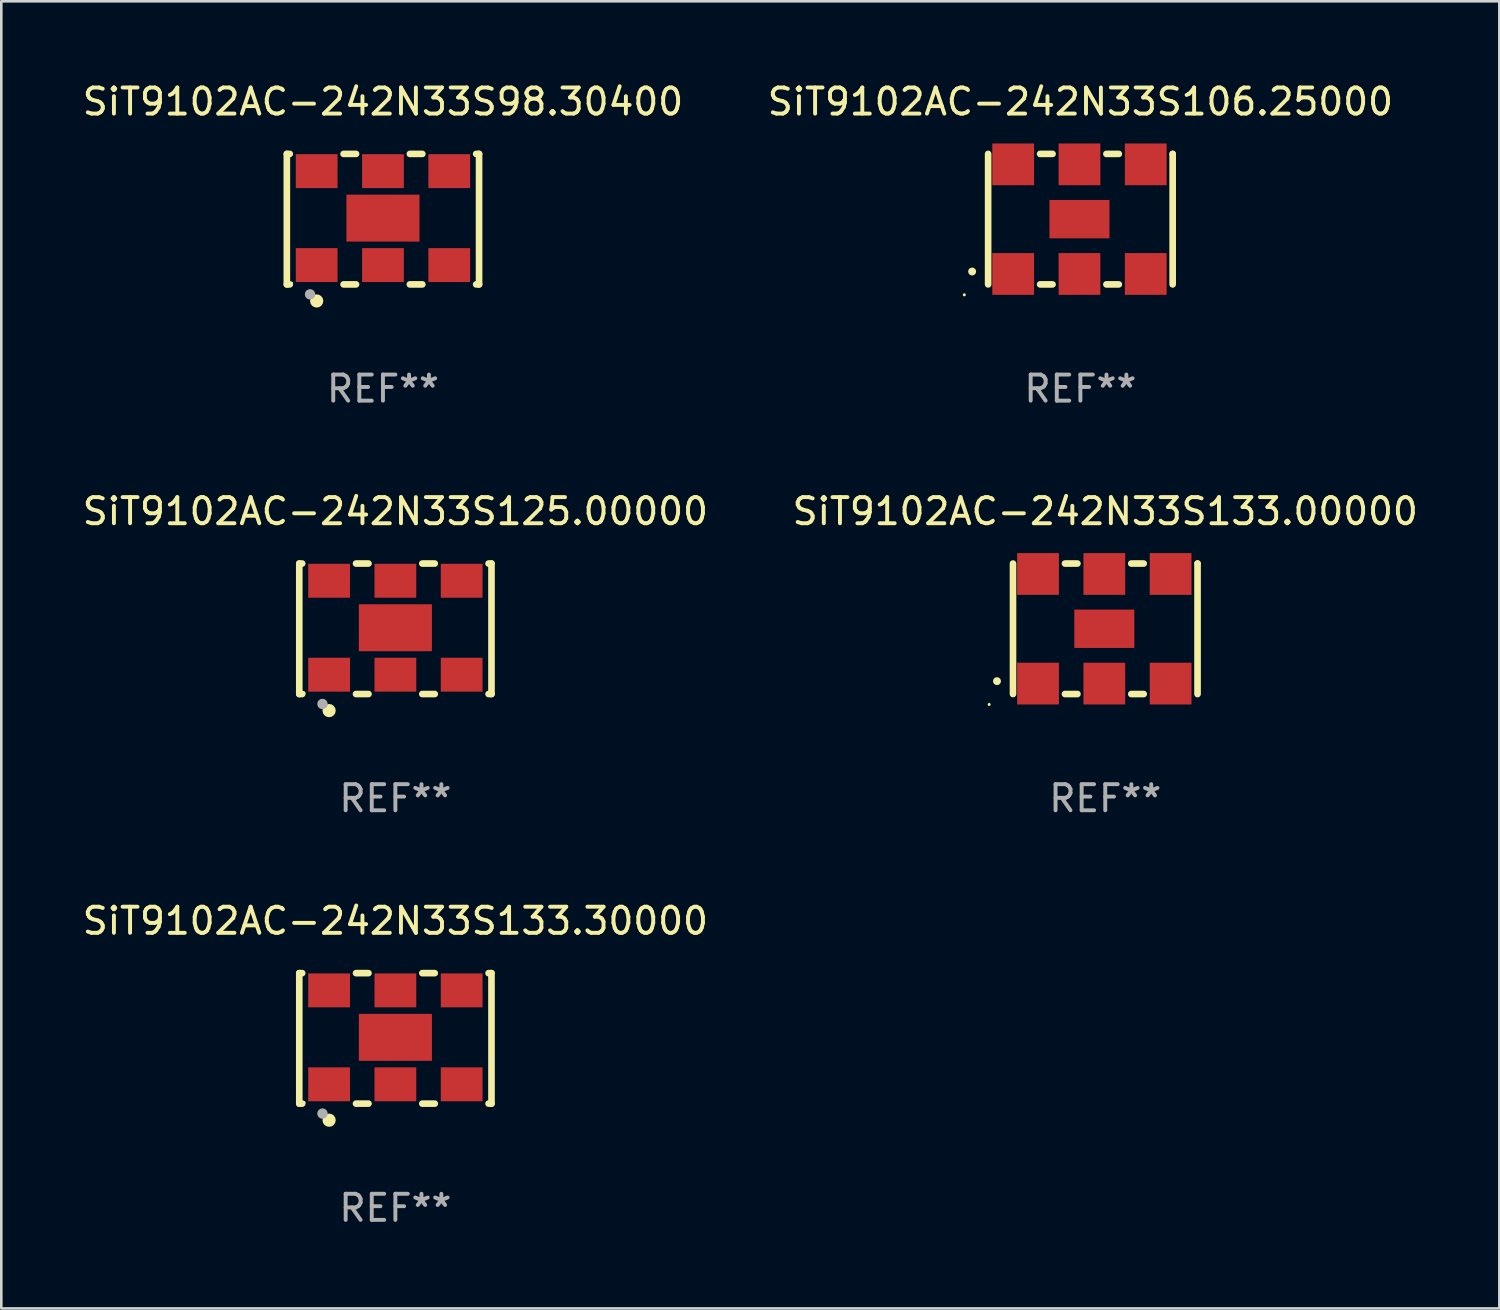
<source format=kicad_pcb>
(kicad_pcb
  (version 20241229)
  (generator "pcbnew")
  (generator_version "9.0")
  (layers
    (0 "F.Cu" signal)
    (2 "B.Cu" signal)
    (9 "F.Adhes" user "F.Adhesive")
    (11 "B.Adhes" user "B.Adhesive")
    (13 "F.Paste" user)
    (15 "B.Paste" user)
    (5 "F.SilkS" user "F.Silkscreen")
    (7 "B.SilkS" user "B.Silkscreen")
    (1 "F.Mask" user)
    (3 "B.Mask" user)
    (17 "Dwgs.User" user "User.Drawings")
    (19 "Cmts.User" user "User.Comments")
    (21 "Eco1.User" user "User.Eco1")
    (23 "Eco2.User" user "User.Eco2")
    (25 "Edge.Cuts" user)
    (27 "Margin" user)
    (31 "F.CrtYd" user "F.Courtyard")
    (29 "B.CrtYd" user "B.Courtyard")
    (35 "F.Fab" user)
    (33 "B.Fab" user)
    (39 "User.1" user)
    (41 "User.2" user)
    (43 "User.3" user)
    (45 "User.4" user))
  (footprint "SiT9102AC-242N33S133.30000"
    (layer "F.Cu")
    (at 12.101 36.741)
    (property "Reference" "SiT9102AC-242N33S133.30000" (at 0 -4.5 0) (layer "F.SilkS") (effects (font (size 1 1) (thickness 0.15))))
    (attr through_hole)
    (fp_line (start -3.683 -2.5) (end -3.571 -2.5) (stroke (width 0.254) (type solid)) (layer "F.SilkS"))
    (fp_line (start -3.683 2.5) (end -3.683 -2.5) (stroke (width 0.254) (type solid)) (layer "F.SilkS"))
    (fp_line (start -3.683 2.5) (end -3.571 2.5) (stroke (width 0.254) (type solid)) (layer "F.SilkS"))
    (fp_line (start -1.509 -2.5) (end -1.031 -2.5) (stroke (width 0.254) (type solid)) (layer "F.SilkS"))
    (fp_line (start -1.509 2.5) (end -1.031 2.5) (stroke (width 0.254) (type solid)) (layer "F.SilkS"))
    (fp_line (start 1.031 -2.5) (end 1.509 -2.5) (stroke (width 0.254) (type solid)) (layer "F.SilkS"))
    (fp_line (start 1.031 2.5) (end 1.509 2.5) (stroke (width 0.254) (type solid)) (layer "F.SilkS"))
    (fp_line (start 3.571 -2.5) (end 3.683 -2.5) (stroke (width 0.254) (type solid)) (layer "F.SilkS"))
    (fp_line (start 3.571 2.5) (end 3.683 2.5) (stroke (width 0.254) (type solid)) (layer "F.SilkS"))
    (fp_line (start 3.683 2.5) (end 3.683 -2.5) (stroke (width 0.254) (type solid)) (layer "F.SilkS"))
    (fp_circle (center -3.5 2.46) (end -3.47 2.46) (stroke (width 0.06) (type solid)) (fill no) (layer "F.SilkS"))
    (fp_circle (center -2.54 3.135) (end -2.413 3.135) (stroke (width 0.254) (type solid)) (fill no) (layer "F.SilkS"))
    (fp_circle (center -2.794 2.881) (end -2.694 2.881) (stroke (width 0.2) (type solid)) (fill no) (layer "F.Fab"))
    (fp_text user "REF**" (at 0 6.5 0) (layer "F.Fab") (effects (font (size 1 1) (thickness 0.15))))
    (pad "1" smd rect (at -2.54 1.76) (size 1.6 1.3) (layers "F.Cu" "F.Mask" "F.Paste"))
    (pad "2" smd rect (at 0 1.76) (size 1.6 1.3) (layers "F.Cu" "F.Mask" "F.Paste"))
    (pad "3" smd rect (at 2.54 1.76) (size 1.6 1.3) (layers "F.Cu" "F.Mask" "F.Paste"))
    (pad "4" smd rect (at 2.54 -1.84) (size 1.6 1.3) (layers "F.Cu" "F.Mask" "F.Paste"))
    (pad "5" smd rect (at 0 -1.84) (size 1.6 1.3) (layers "F.Cu" "F.Mask" "F.Paste"))
    (pad "6" smd rect (at -2.54 -1.84) (size 1.6 1.3) (layers "F.Cu" "F.Mask" "F.Paste"))
    (pad "7" smd rect (at 0 -0.04) (size 2.8 1.8) (layers "F.Cu" "F.Mask" "F.Paste")))
  (footprint "SiT9102AC-242N33S133.00000"
    (layer "F.Cu")
    (at 39.304 21.045)
    (property "Reference" "SiT9102AC-242N33S133.00000" (at 0 -4.5 0) (layer "F.SilkS") (effects (font (size 1 1) (thickness 0.15))))
    (attr through_hole)
    (fp_line (start -3.536 -2.5) (end -3.536 2.5) (stroke (width 0.254) (type solid)) (layer "F.SilkS"))
    (fp_line (start -1.544 2.5) (end -1.067 2.5) (stroke (width 0.254) (type solid)) (layer "F.SilkS"))
    (fp_line (start -1.067 -2.5) (end -1.544 -2.5) (stroke (width 0.254) (type solid)) (layer "F.SilkS"))
    (fp_line (start 0.996 2.5) (end 1.473 2.5) (stroke (width 0.254) (type solid)) (layer "F.SilkS"))
    (fp_line (start 1.473 -2.5) (end 0.996 -2.5) (stroke (width 0.254) (type solid)) (layer "F.SilkS"))
    (fp_line (start 3.536 -2.5) (end 3.536 -2.5) (stroke (width 0.254) (type solid)) (layer "F.SilkS"))
    (fp_line (start 3.536 2.5) (end 3.536 -2.5) (stroke (width 0.254) (type solid)) (layer "F.SilkS"))
    (fp_arc (start -4.150432 2.006604) (mid -4.149162 2.006599) (end -4.147892 2.006604) (stroke (width 0.3) (type solid)) (layer "F.SilkS"))
    (fp_circle (center -4.449 2.9) (end -4.419 2.9) (stroke (width 0.06) (type solid)) (fill no) (layer "F.SilkS"))
    (fp_text user "REF**" (at 0 6.5 0) (layer "F.Fab") (effects (font (size 1 1) (thickness 0.15))))
    (pad "1" smd rect (at -2.576 2.1) (size 1.6 1.6) (layers "F.Cu" "F.Mask" "F.Paste"))
    (pad "2" smd rect (at -0.036 2.1) (size 1.6 1.6) (layers "F.Cu" "F.Mask" "F.Paste"))
    (pad "3" smd rect (at 2.504 2.1) (size 1.6 1.6) (layers "F.Cu" "F.Mask" "F.Paste"))
    (pad "4" smd rect (at 2.504 -2.1) (size 1.6 1.6) (layers "F.Cu" "F.Mask" "F.Paste"))
    (pad "5" smd rect (at -0.036 -2.1) (size 1.6 1.6) (layers "F.Cu" "F.Mask" "F.Paste"))
    (pad "6" smd rect (at -2.576 -2.1) (size 1.6 1.6) (layers "F.Cu" "F.Mask" "F.Paste"))
    (pad "7" smd rect (at -0.036 0) (size 2.3 1.47) (layers "F.Cu" "F.Mask" "F.Paste")))
  (footprint "SiT9102AC-242N33S98.30400"
    (layer "F.Cu")
    (at 11.625 5.348)
    (property "Reference" "SiT9102AC-242N33S98.30400" (at 0 -4.5 0) (layer "F.SilkS") (effects (font (size 1 1) (thickness 0.15))))
    (attr through_hole)
    (fp_line (start -3.683 -2.5) (end -3.571 -2.5) (stroke (width 0.254) (type solid)) (layer "F.SilkS"))
    (fp_line (start -3.683 2.5) (end -3.683 -2.5) (stroke (width 0.254) (type solid)) (layer "F.SilkS"))
    (fp_line (start -3.683 2.5) (end -3.571 2.5) (stroke (width 0.254) (type solid)) (layer "F.SilkS"))
    (fp_line (start -1.509 -2.5) (end -1.031 -2.5) (stroke (width 0.254) (type solid)) (layer "F.SilkS"))
    (fp_line (start -1.509 2.5) (end -1.031 2.5) (stroke (width 0.254) (type solid)) (layer "F.SilkS"))
    (fp_line (start 1.031 -2.5) (end 1.509 -2.5) (stroke (width 0.254) (type solid)) (layer "F.SilkS"))
    (fp_line (start 1.031 2.5) (end 1.509 2.5) (stroke (width 0.254) (type solid)) (layer "F.SilkS"))
    (fp_line (start 3.571 -2.5) (end 3.683 -2.5) (stroke (width 0.254) (type solid)) (layer "F.SilkS"))
    (fp_line (start 3.571 2.5) (end 3.683 2.5) (stroke (width 0.254) (type solid)) (layer "F.SilkS"))
    (fp_line (start 3.683 2.5) (end 3.683 -2.5) (stroke (width 0.254) (type solid)) (layer "F.SilkS"))
    (fp_circle (center -3.5 2.46) (end -3.47 2.46) (stroke (width 0.06) (type solid)) (fill no) (layer "F.SilkS"))
    (fp_circle (center -2.54 3.135) (end -2.413 3.135) (stroke (width 0.254) (type solid)) (fill no) (layer "F.SilkS"))
    (fp_circle (center -2.794 2.881) (end -2.694 2.881) (stroke (width 0.2) (type solid)) (fill no) (layer "F.Fab"))
    (fp_text user "REF**" (at 0 6.5 0) (layer "F.Fab") (effects (font (size 1 1) (thickness 0.15))))
    (pad "1" smd rect (at -2.54 1.76) (size 1.6 1.3) (layers "F.Cu" "F.Mask" "F.Paste"))
    (pad "2" smd rect (at 0 1.76) (size 1.6 1.3) (layers "F.Cu" "F.Mask" "F.Paste"))
    (pad "3" smd rect (at 2.54 1.76) (size 1.6 1.3) (layers "F.Cu" "F.Mask" "F.Paste"))
    (pad "4" smd rect (at 2.54 -1.84) (size 1.6 1.3) (layers "F.Cu" "F.Mask" "F.Paste"))
    (pad "5" smd rect (at 0 -1.84) (size 1.6 1.3) (layers "F.Cu" "F.Mask" "F.Paste"))
    (pad "6" smd rect (at -2.54 -1.84) (size 1.6 1.3) (layers "F.Cu" "F.Mask" "F.Paste"))
    (pad "7" smd rect (at 0 -0.04) (size 2.8 1.8) (layers "F.Cu" "F.Mask" "F.Paste")))
  (footprint "SiT9102AC-242N33S125.00000"
    (layer "F.Cu")
    (at 12.101 21.045)
    (property "Reference" "SiT9102AC-242N33S125.00000" (at 0 -4.5 0) (layer "F.SilkS") (effects (font (size 1 1) (thickness 0.15))))
    (attr through_hole)
    (fp_line (start -3.683 -2.5) (end -3.571 -2.5) (stroke (width 0.254) (type solid)) (layer "F.SilkS"))
    (fp_line (start -3.683 2.5) (end -3.683 -2.5) (stroke (width 0.254) (type solid)) (layer "F.SilkS"))
    (fp_line (start -3.683 2.5) (end -3.571 2.5) (stroke (width 0.254) (type solid)) (layer "F.SilkS"))
    (fp_line (start -1.509 -2.5) (end -1.031 -2.5) (stroke (width 0.254) (type solid)) (layer "F.SilkS"))
    (fp_line (start -1.509 2.5) (end -1.031 2.5) (stroke (width 0.254) (type solid)) (layer "F.SilkS"))
    (fp_line (start 1.031 -2.5) (end 1.509 -2.5) (stroke (width 0.254) (type solid)) (layer "F.SilkS"))
    (fp_line (start 1.031 2.5) (end 1.509 2.5) (stroke (width 0.254) (type solid)) (layer "F.SilkS"))
    (fp_line (start 3.571 -2.5) (end 3.683 -2.5) (stroke (width 0.254) (type solid)) (layer "F.SilkS"))
    (fp_line (start 3.571 2.5) (end 3.683 2.5) (stroke (width 0.254) (type solid)) (layer "F.SilkS"))
    (fp_line (start 3.683 2.5) (end 3.683 -2.5) (stroke (width 0.254) (type solid)) (layer "F.SilkS"))
    (fp_circle (center -3.5 2.46) (end -3.47 2.46) (stroke (width 0.06) (type solid)) (fill no) (layer "F.SilkS"))
    (fp_circle (center -2.54 3.135) (end -2.413 3.135) (stroke (width 0.254) (type solid)) (fill no) (layer "F.SilkS"))
    (fp_circle (center -2.794 2.881) (end -2.694 2.881) (stroke (width 0.2) (type solid)) (fill no) (layer "F.Fab"))
    (fp_text user "REF**" (at 0 6.5 0) (layer "F.Fab") (effects (font (size 1 1) (thickness 0.15))))
    (pad "1" smd rect (at -2.54 1.76) (size 1.6 1.3) (layers "F.Cu" "F.Mask" "F.Paste"))
    (pad "2" smd rect (at 0 1.76) (size 1.6 1.3) (layers "F.Cu" "F.Mask" "F.Paste"))
    (pad "3" smd rect (at 2.54 1.76) (size 1.6 1.3) (layers "F.Cu" "F.Mask" "F.Paste"))
    (pad "4" smd rect (at 2.54 -1.84) (size 1.6 1.3) (layers "F.Cu" "F.Mask" "F.Paste"))
    (pad "5" smd rect (at 0 -1.84) (size 1.6 1.3) (layers "F.Cu" "F.Mask" "F.Paste"))
    (pad "6" smd rect (at -2.54 -1.84) (size 1.6 1.3) (layers "F.Cu" "F.Mask" "F.Paste"))
    (pad "7" smd rect (at 0 -0.04) (size 2.8 1.8) (layers "F.Cu" "F.Mask" "F.Paste")))
  (footprint "SiT9102AC-242N33S106.25000"
    (layer "F.Cu")
    (at 38.351 5.348)
    (property "Reference" "SiT9102AC-242N33S106.25000" (at 0 -4.5 0) (layer "F.SilkS") (effects (font (size 1 1) (thickness 0.15))))
    (attr through_hole)
    (fp_line (start -3.536 -2.5) (end -3.536 2.5) (stroke (width 0.254) (type solid)) (layer "F.SilkS"))
    (fp_line (start -1.544 2.5) (end -1.067 2.5) (stroke (width 0.254) (type solid)) (layer "F.SilkS"))
    (fp_line (start -1.067 -2.5) (end -1.544 -2.5) (stroke (width 0.254) (type solid)) (layer "F.SilkS"))
    (fp_line (start 0.996 2.5) (end 1.473 2.5) (stroke (width 0.254) (type solid)) (layer "F.SilkS"))
    (fp_line (start 1.473 -2.5) (end 0.996 -2.5) (stroke (width 0.254) (type solid)) (layer "F.SilkS"))
    (fp_line (start 3.536 -2.5) (end 3.536 -2.5) (stroke (width 0.254) (type solid)) (layer "F.SilkS"))
    (fp_line (start 3.536 2.5) (end 3.536 -2.5) (stroke (width 0.254) (type solid)) (layer "F.SilkS"))
    (fp_arc (start -4.150432 2.006604) (mid -4.149162 2.006599) (end -4.147892 2.006604) (stroke (width 0.3) (type solid)) (layer "F.SilkS"))
    (fp_circle (center -4.449 2.9) (end -4.419 2.9) (stroke (width 0.06) (type solid)) (fill no) (layer "F.SilkS"))
    (fp_text user "REF**" (at 0 6.5 0) (layer "F.Fab") (effects (font (size 1 1) (thickness 0.15))))
    (pad "1" smd rect (at -2.576 2.1) (size 1.6 1.6) (layers "F.Cu" "F.Mask" "F.Paste"))
    (pad "2" smd rect (at -0.036 2.1) (size 1.6 1.6) (layers "F.Cu" "F.Mask" "F.Paste"))
    (pad "3" smd rect (at 2.504 2.1) (size 1.6 1.6) (layers "F.Cu" "F.Mask" "F.Paste"))
    (pad "4" smd rect (at 2.504 -2.1) (size 1.6 1.6) (layers "F.Cu" "F.Mask" "F.Paste"))
    (pad "5" smd rect (at -0.036 -2.1) (size 1.6 1.6) (layers "F.Cu" "F.Mask" "F.Paste"))
    (pad "6" smd rect (at -2.576 -2.1) (size 1.6 1.6) (layers "F.Cu" "F.Mask" "F.Paste"))
    (pad "7" smd rect (at -0.036 0) (size 2.3 1.47) (layers "F.Cu" "F.Mask" "F.Paste")))
  (gr_rect
    (start -3 -3)
    (end 54.405 47.09)
    (stroke (width 0.1) (type default))
    (fill no)
    (layer "Edge.Cuts")))
</source>
